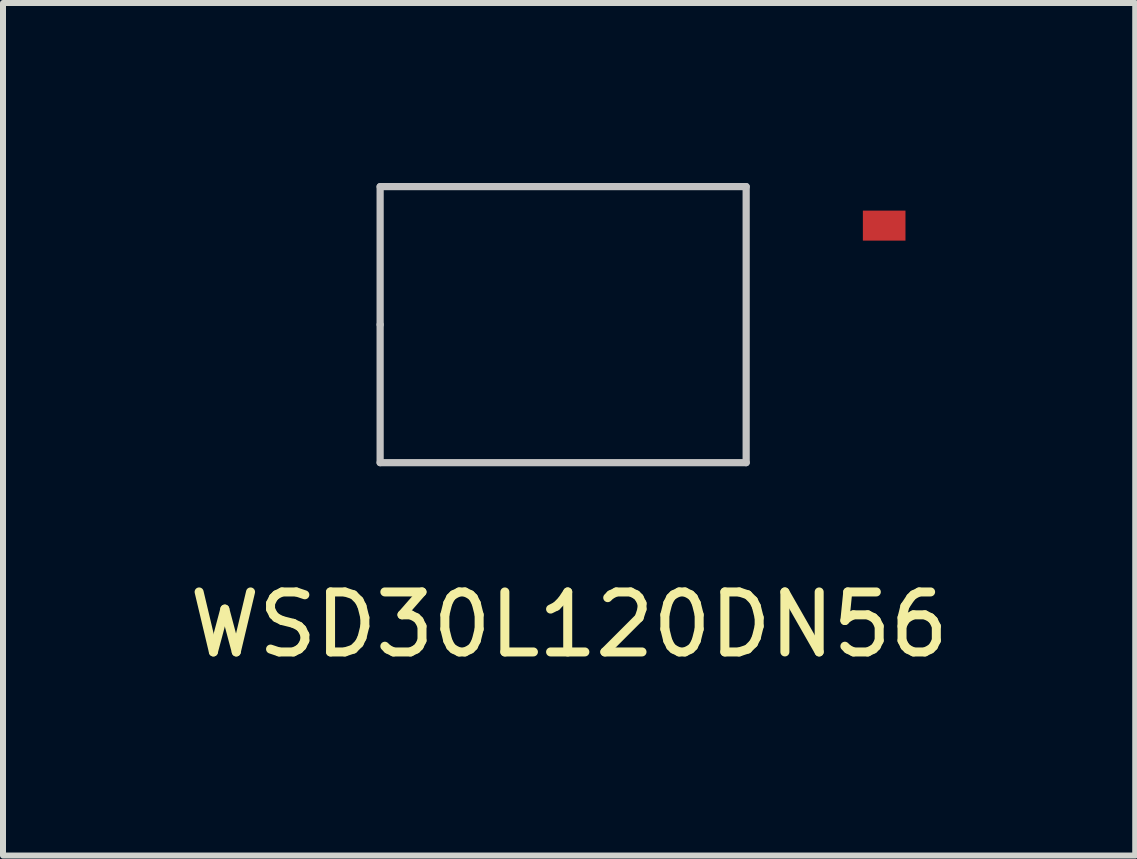
<source format=kicad_pcb>
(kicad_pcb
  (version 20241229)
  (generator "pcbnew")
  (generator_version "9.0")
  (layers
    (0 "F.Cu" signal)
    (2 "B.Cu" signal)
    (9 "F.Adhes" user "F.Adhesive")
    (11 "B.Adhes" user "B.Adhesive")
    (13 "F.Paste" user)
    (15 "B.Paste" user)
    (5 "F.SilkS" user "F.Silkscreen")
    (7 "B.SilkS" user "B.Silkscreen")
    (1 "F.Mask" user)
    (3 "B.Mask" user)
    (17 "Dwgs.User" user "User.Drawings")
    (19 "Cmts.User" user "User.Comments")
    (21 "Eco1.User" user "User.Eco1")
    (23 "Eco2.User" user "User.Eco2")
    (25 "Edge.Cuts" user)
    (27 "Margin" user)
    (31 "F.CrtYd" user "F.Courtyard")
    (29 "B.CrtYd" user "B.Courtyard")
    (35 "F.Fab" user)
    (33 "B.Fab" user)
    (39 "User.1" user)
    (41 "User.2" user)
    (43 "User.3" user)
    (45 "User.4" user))
  (footprint "WSD30L120DN56"
    (layer "F.Cu")
    (at 6.335 2.36)
    (property "Reference" "WSD30L120DN56" (at 0.1 5 0) (layer "F.SilkS") (effects (font (size 1 1) (thickness 0.15))))
    (attr through_hole)
    (fp_line (start -3.05 -2.3) (end 3.05 -2.3) (stroke (width 0.12) (type solid)) (layer "Dwgs.User"))
    (fp_line (start -3.05 0) (end -3.05 -2.3) (stroke (width 0.12) (type solid)) (layer "Dwgs.User"))
    (fp_line (start -3.05 2.3) (end -3.05 0) (stroke (width 0.12) (type solid)) (layer "Dwgs.User"))
    (fp_line (start 3.05 -2.3) (end 3.05 2.3) (stroke (width 0.12) (type solid)) (layer "Dwgs.User"))
    (fp_line (start 3.05 2.3) (end -3.05 2.3) (stroke (width 0.12) (type solid)) (layer "Dwgs.User"))
    (pad "1" smd rect (at 5.35 -1.65) (size 0.71 0.5) (layers "F.Cu" "F.Mask" "F.Paste")))
  (gr_rect
    (start -3 -3)
    (end 15.869 11.208)
    (stroke (width 0.1) (type default))
    (fill no)
    (layer "Edge.Cuts")))
</source>
